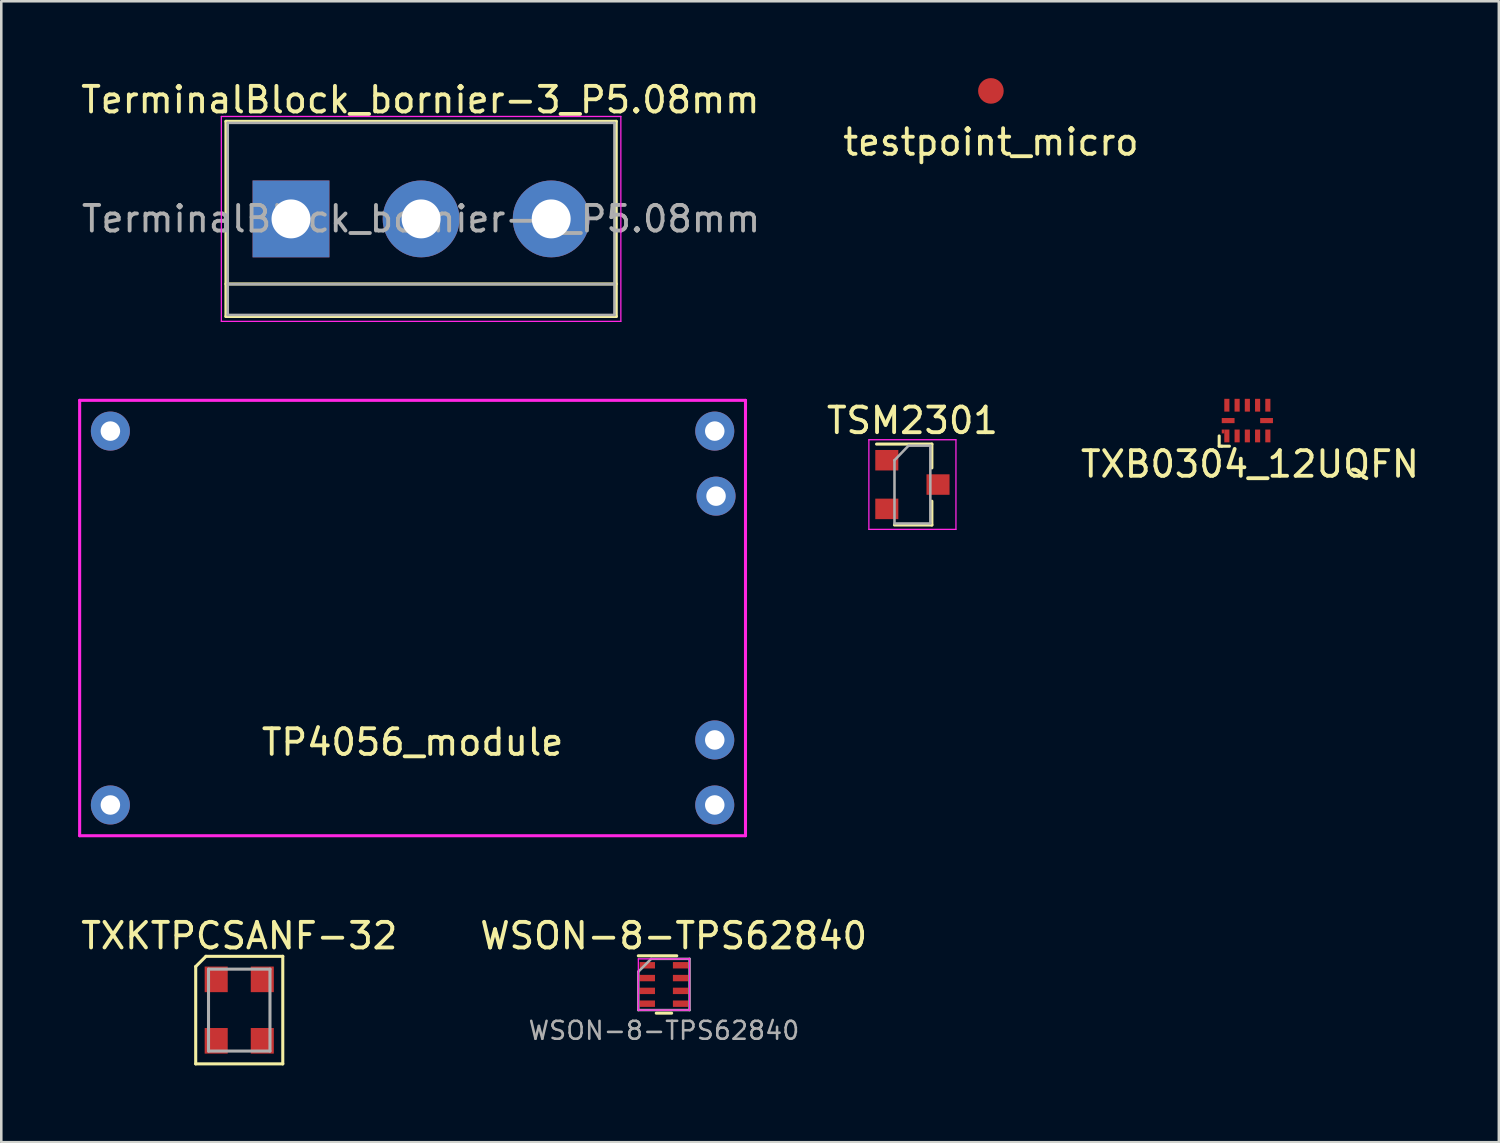
<source format=kicad_pcb>
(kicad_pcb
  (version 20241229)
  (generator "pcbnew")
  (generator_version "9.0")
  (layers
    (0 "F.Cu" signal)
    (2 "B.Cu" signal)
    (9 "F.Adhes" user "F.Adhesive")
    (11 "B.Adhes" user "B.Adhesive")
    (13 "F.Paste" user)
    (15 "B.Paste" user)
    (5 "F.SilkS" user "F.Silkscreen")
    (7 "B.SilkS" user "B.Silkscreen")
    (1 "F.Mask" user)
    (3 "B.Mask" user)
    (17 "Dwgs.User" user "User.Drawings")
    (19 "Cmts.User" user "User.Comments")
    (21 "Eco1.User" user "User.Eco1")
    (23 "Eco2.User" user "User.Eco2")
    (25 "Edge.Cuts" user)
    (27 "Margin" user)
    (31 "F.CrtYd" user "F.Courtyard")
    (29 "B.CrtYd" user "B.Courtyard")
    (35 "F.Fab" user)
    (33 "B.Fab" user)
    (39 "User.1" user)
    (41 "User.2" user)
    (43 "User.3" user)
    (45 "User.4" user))
  (footprint "TSM2301"
    (layer "F.Cu")
    (at 32.578 15.871)
    (property "Reference" "TSM2301" (at 0 -2.5 0) (layer "F.SilkS") (effects (font (size 1 1) (thickness 0.15))))
    (attr smd)
    (fp_line (start 0.76 -1.58) (end -1.4 -1.58) (stroke (width 0.12) (type solid)) (layer "F.SilkS"))
    (fp_line (start 0.76 -1.58) (end 0.76 -0.65) (stroke (width 0.12) (type solid)) (layer "F.SilkS"))
    (fp_line (start 0.76 1.58) (end -0.7 1.58) (stroke (width 0.12) (type solid)) (layer "F.SilkS"))
    (fp_line (start 0.76 1.58) (end 0.76 0.65) (stroke (width 0.12) (type solid)) (layer "F.SilkS"))
    (fp_line (start -1.7 -1.75) (end 1.7 -1.75) (stroke (width 0.05) (type solid)) (layer "F.CrtYd"))
    (fp_line (start -1.7 1.75) (end -1.7 -1.75) (stroke (width 0.05) (type solid)) (layer "F.CrtYd"))
    (fp_line (start 1.7 -1.75) (end 1.7 1.75) (stroke (width 0.05) (type solid)) (layer "F.CrtYd"))
    (fp_line (start 1.7 1.75) (end -1.7 1.75) (stroke (width 0.05) (type solid)) (layer "F.CrtYd"))
    (fp_line (start -0.7 -0.95) (end -0.7 1.5) (stroke (width 0.1) (type solid)) (layer "F.Fab"))
    (fp_line (start -0.7 -0.95) (end -0.15 -1.52) (stroke (width 0.1) (type solid)) (layer "F.Fab"))
    (fp_line (start -0.7 1.52) (end 0.7 1.52) (stroke (width 0.1) (type solid)) (layer "F.Fab"))
    (fp_line (start -0.15 -1.52) (end 0.7 -1.52) (stroke (width 0.1) (type solid)) (layer "F.Fab"))
    (fp_line (start 0.7 -1.52) (end 0.7 1.52) (stroke (width 0.1) (type solid)) (layer "F.Fab"))
    (pad "1" smd rect (at 1 0) (size 0.9 0.8) (layers "F.Cu" "F.Mask" "F.Paste"))
    (pad "2" smd rect (at -1 -0.95) (size 0.9 0.8) (layers "F.Cu" "F.Mask" "F.Paste"))
    (pad "3" smd rect (at -1 0.95) (size 0.9 0.8) (layers "F.Cu" "F.Mask" "F.Paste")))
  (footprint "TP4056_module"
    (layer "F.Cu")
    (at 13.06 21.083)
    (property "Reference" "TP4056_module" (at 0 4.85 0) (layer "F.SilkS") (effects (font (size 1 1) (thickness 0.15))))
    (attr through_hole)
    (fp_line (start -13 -8.5) (end 13 -8.5) (stroke (width 0.12) (type solid)) (layer "F.CrtYd"))
    (fp_line (start -13 8.5) (end -13 -8.5) (stroke (width 0.12) (type solid)) (layer "F.CrtYd"))
    (fp_line (start 13 -8.5) (end 13 8.5) (stroke (width 0.12) (type solid)) (layer "F.CrtYd"))
    (fp_line (start 13 8.5) (end -13 8.5) (stroke (width 0.12) (type solid)) (layer "F.CrtYd"))
    (pad "1" thru_hole circle (at -11.8 -7.3) (size 1.524 1.524) (drill 0.762) (layers "*.Cu" "*.Mask"))
    (pad "2" thru_hole circle (at -11.8 7.3) (size 1.524 1.524) (drill 0.762) (layers "*.Cu" "*.Mask"))
    (pad "3" thru_hole circle (at 11.8 -7.3) (size 1.524 1.524) (drill 0.762) (layers "*.Cu" "*.Mask"))
    (pad "4" thru_hole circle (at 11.85 -4.76) (size 1.524 1.524) (drill 0.762) (layers "*.Cu" "*.Mask"))
    (pad "5" thru_hole circle (at 11.8 4.76) (size 1.524 1.524) (drill 0.762) (layers "*.Cu" "*.Mask"))
    (pad "6" thru_hole circle (at 11.8 7.3) (size 1.524 1.524) (drill 0.762) (layers "*.Cu" "*.Mask")))
  (footprint "TerminalBlock_bornier-3_P5.08mm"
    (layer "F.Cu")
    (at 8.313 5.498)
    (property "Reference" "TerminalBlock_bornier-3_P5.08mm" (at 5.05 -4.65 0) (layer "F.SilkS") (effects (font (size 1 1) (thickness 0.15))))
    (attr through_hole)
    (fp_line (start -2.54 -3.81) (end 12.7 -3.81) (stroke (width 0.12) (type solid)) (layer "F.SilkS"))
    (fp_line (start -2.54 2.54) (end 12.7 2.54) (stroke (width 0.12) (type solid)) (layer "F.SilkS"))
    (fp_line (start -2.54 3.81) (end -2.54 -3.81) (stroke (width 0.12) (type solid)) (layer "F.SilkS"))
    (fp_line (start -2.54 3.81) (end 12.7 3.81) (stroke (width 0.12) (type solid)) (layer "F.SilkS"))
    (fp_line (start 12.7 3.81) (end 12.7 -3.81) (stroke (width 0.12) (type solid)) (layer "F.SilkS"))
    (fp_line (start -2.72 -4) (end -2.72 4) (stroke (width 0.05) (type solid)) (layer "F.CrtYd"))
    (fp_line (start -2.72 -4) (end 12.88 -4) (stroke (width 0.05) (type solid)) (layer "F.CrtYd"))
    (fp_line (start 12.88 4) (end -2.72 4) (stroke (width 0.05) (type solid)) (layer "F.CrtYd"))
    (fp_line (start 12.88 4) (end 12.88 -4) (stroke (width 0.05) (type solid)) (layer "F.CrtYd"))
    (fp_line (start -2.47 -3.75) (end 12.63 -3.75) (stroke (width 0.1) (type solid)) (layer "F.Fab"))
    (fp_line (start -2.47 2.55) (end 12.63 2.55) (stroke (width 0.1) (type solid)) (layer "F.Fab"))
    (fp_line (start -2.47 3.75) (end -2.47 -3.75) (stroke (width 0.1) (type solid)) (layer "F.Fab"))
    (fp_line (start 12.63 -3.75) (end 12.63 3.75) (stroke (width 0.1) (type solid)) (layer "F.Fab"))
    (fp_line (start 12.63 3.75) (end -2.47 3.75) (stroke (width 0.1) (type solid)) (layer "F.Fab"))
    (fp_text user "${REFERENCE}" (at 5.08 0 0) (layer "F.Fab") (effects (font (size 1 1) (thickness 0.15))))
    (pad "1" thru_hole rect (at 0 0) (size 3 3) (drill 1.52) (layers "*.Cu" "*.Mask"))
    (pad "2" thru_hole circle (at 5.08 0) (size 3 3) (drill 1.52) (layers "*.Cu" "*.Mask"))
    (pad "3" thru_hole circle (at 10.16 0) (size 3 3) (drill 1.52) (layers "*.Cu" "*.Mask")))
  (footprint "TXKTPCSANF-32"
    (layer "F.Cu")
    (at 6.292 36.392)
    (property "Reference" "TXKTPCSANF-32" (at 0 -2.9 0) (layer "F.SilkS") (effects (font (size 1 1) (thickness 0.15))))
    (attr through_hole)
    (fp_line (start -1.7 -1.7) (end -1.7 2.1) (stroke (width 0.12) (type solid)) (layer "F.SilkS"))
    (fp_line (start -1.7 2.1) (end 1.7 2.1) (stroke (width 0.12) (type solid)) (layer "F.SilkS"))
    (fp_line (start -1.3 -2.1) (end -1.7 -1.7) (stroke (width 0.12) (type solid)) (layer "F.SilkS"))
    (fp_line (start 1.7 -2.1) (end -1.3 -2.1) (stroke (width 0.12) (type solid)) (layer "F.SilkS"))
    (fp_line (start 1.7 2.1) (end 1.7 -2.1) (stroke (width 0.12) (type solid)) (layer "F.SilkS"))
    (fp_line (start -1.2 -1.6) (end -1.2 1.6) (stroke (width 0.12) (type solid)) (layer "F.Fab"))
    (fp_line (start -1.2 1.6) (end 1.2 1.6) (stroke (width 0.12) (type solid)) (layer "F.Fab"))
    (fp_line (start 1.2 -1.6) (end -1.2 -1.6) (stroke (width 0.12) (type solid)) (layer "F.Fab"))
    (fp_line (start 1.2 1.6) (end 1.2 -1.6) (stroke (width 0.12) (type solid)) (layer "F.Fab"))
    (pad "1" smd rect (at -0.9 -1.2) (size 0.9 1) (layers "F.Cu" "F.Mask" "F.Paste"))
    (pad "2" smd rect (at -0.9 1.2) (size 0.9 1) (layers "F.Cu" "F.Mask" "F.Paste"))
    (pad "3" smd rect (at 0.9 1.2) (size 0.9 1) (layers "F.Cu" "F.Mask" "F.Paste"))
    (pad "4" smd rect (at 0.9 -1.2) (size 0.9 1) (layers "F.Cu" "F.Mask" "F.Paste")))
  (footprint "testpoint_micro"
    (layer "F.Cu")
    (at 35.643 0.5)
    (property "Reference" "testpoint_micro" (at 0 2 0) (layer "F.SilkS") (effects (font (size 1 1) (thickness 0.15))))
    (attr through_hole)
    (pad "1" smd circle (at 0 0) (size 1 1) (layers "F.Cu" "F.Mask")))
  (footprint "WSON-8-TPS62840"
    (layer "F.Cu")
    (at 22.876 35.392)
    (property "Reference" "WSON-8-TPS62840" (at 0.38 -1.9 0) (layer "F.SilkS") (effects (font (size 1 1) (thickness 0.15))))
    (attr smd)
    (fp_line (start -1 -1.12) (end 0.5 -1.12) (stroke (width 0.12) (type solid)) (layer "F.SilkS"))
    (fp_line (start 0.3 1.12) (end -0.3 1.12) (stroke (width 0.12) (type solid)) (layer "F.SilkS"))
    (fp_line (start -1 -1) (end -1 1) (stroke (width 0.05) (type solid)) (layer "F.CrtYd"))
    (fp_line (start -1 -1) (end 1 -1) (stroke (width 0.05) (type solid)) (layer "F.CrtYd"))
    (fp_line (start -1 1) (end 1 1) (stroke (width 0.05) (type solid)) (layer "F.CrtYd"))
    (fp_line (start 1 -1) (end 1 1) (stroke (width 0.05) (type solid)) (layer "F.CrtYd"))
    (fp_line (start -1 1) (end -1 -0.5) (stroke (width 0.1) (type solid)) (layer "F.Fab"))
    (fp_line (start -0.5 -1) (end -1 -0.5) (stroke (width 0.1) (type solid)) (layer "F.Fab"))
    (fp_line (start -0.5 -1) (end 1 -1) (stroke (width 0.1) (type solid)) (layer "F.Fab"))
    (fp_line (start 1 -1) (end 1 1) (stroke (width 0.1) (type solid)) (layer "F.Fab"))
    (fp_line (start 1 1) (end -1 1) (stroke (width 0.1) (type solid)) (layer "F.Fab"))
    (fp_text user "${REFERENCE}" (at 0 1.8 0) (layer "F.Fab") (effects (font (size 0.7 0.7) (thickness 0.1))))
    (pad "1" smd rect (at -0.65 -0.75) (size 0.6 0.25) (layers "F.Cu" "F.Mask" "F.Paste"))
    (pad "2" smd rect (at -0.65 -0.25) (size 0.6 0.25) (layers "F.Cu" "F.Mask" "F.Paste"))
    (pad "3" smd rect (at -0.65 0.25) (size 0.6 0.25) (layers "F.Cu" "F.Mask" "F.Paste"))
    (pad "4" smd rect (at -0.65 0.75) (size 0.6 0.25) (layers "F.Cu" "F.Mask" "F.Paste"))
    (pad "5" smd rect (at 0.65 0.75) (size 0.6 0.25) (layers "F.Cu" "F.Mask" "F.Paste"))
    (pad "6" smd rect (at 0.65 0.25) (size 0.6 0.25) (layers "F.Cu" "F.Mask" "F.Paste"))
    (pad "7" smd rect (at 0.65 -0.25) (size 0.6 0.25) (layers "F.Cu" "F.Mask" "F.Paste"))
    (pad "8" smd rect (at 0.65 -0.75) (size 0.6 0.25) (layers "F.Cu" "F.Mask" "F.Paste")))
  (footprint "TXB0304_12UQFN"
    (layer "F.Cu")
    (at 45.657 13.373)
    (property "Reference" "TXB0304_12UQFN" (at 0.1 1.7 0) (layer "F.SilkS") (effects (font (size 1 1) (thickness 0.15))))
    (attr through_hole)
    (fp_line (start -1.1 0.6) (end -1.1 1) (stroke (width 0.12) (type solid)) (layer "F.SilkS"))
    (fp_line (start -1.1 1) (end -1 1) (stroke (width 0.12) (type solid)) (layer "F.SilkS"))
    (fp_line (start -0.7 1) (end -1 1) (stroke (width 0.12) (type solid)) (layer "F.SilkS"))
    (pad "1" smd rect (at -0.95 0.425 270) (size 0.15 0.1) (layers "F.Cu" "F.Mask" "F.Paste"))
    (pad "1" smd rect (at -0.8 0.6) (size 0.2 0.5) (layers "F.Cu" "F.Mask" "F.Paste"))
    (pad "2" smd rect (at -0.4 0.6) (size 0.2 0.5) (layers "F.Cu" "F.Mask" "F.Paste"))
    (pad "3" smd rect (at 0 0.6) (size 0.2 0.5) (layers "F.Cu" "F.Mask" "F.Paste"))
    (pad "4" smd rect (at 0.4 0.6) (size 0.2 0.5) (layers "F.Cu" "F.Mask" "F.Paste"))
    (pad "5" smd rect (at 0.8 0.6) (size 0.2 0.5) (layers "F.Cu" "F.Mask" "F.Paste"))
    (pad "6" smd rect (at 0.75 0 90) (size 0.2 0.5) (layers "F.Cu" "F.Mask" "F.Paste"))
    (pad "7" smd rect (at 0.8 -0.6 180) (size 0.2 0.5) (layers "F.Cu" "F.Mask" "F.Paste"))
    (pad "8" smd rect (at 0.4 -0.6 180) (size 0.2 0.5) (layers "F.Cu" "F.Mask" "F.Paste"))
    (pad "9" smd rect (at 0 -0.6 180) (size 0.2 0.5) (layers "F.Cu" "F.Mask" "F.Paste"))
    (pad "10" smd rect (at -0.4 -0.6 180) (size 0.2 0.5) (layers "F.Cu" "F.Mask" "F.Paste"))
    (pad "11" smd rect (at -0.8 -0.6 180) (size 0.2 0.5) (layers "F.Cu" "F.Mask" "F.Paste"))
    (pad "12" smd rect (at -0.75 0 270) (size 0.2 0.5) (layers "F.Cu" "F.Mask" "F.Paste")))
  (gr_rect
    (start -3 -3)
    (end 55.477 41.551)
    (stroke (width 0.1) (type default))
    (fill no)
    (layer "Edge.Cuts")))
</source>
